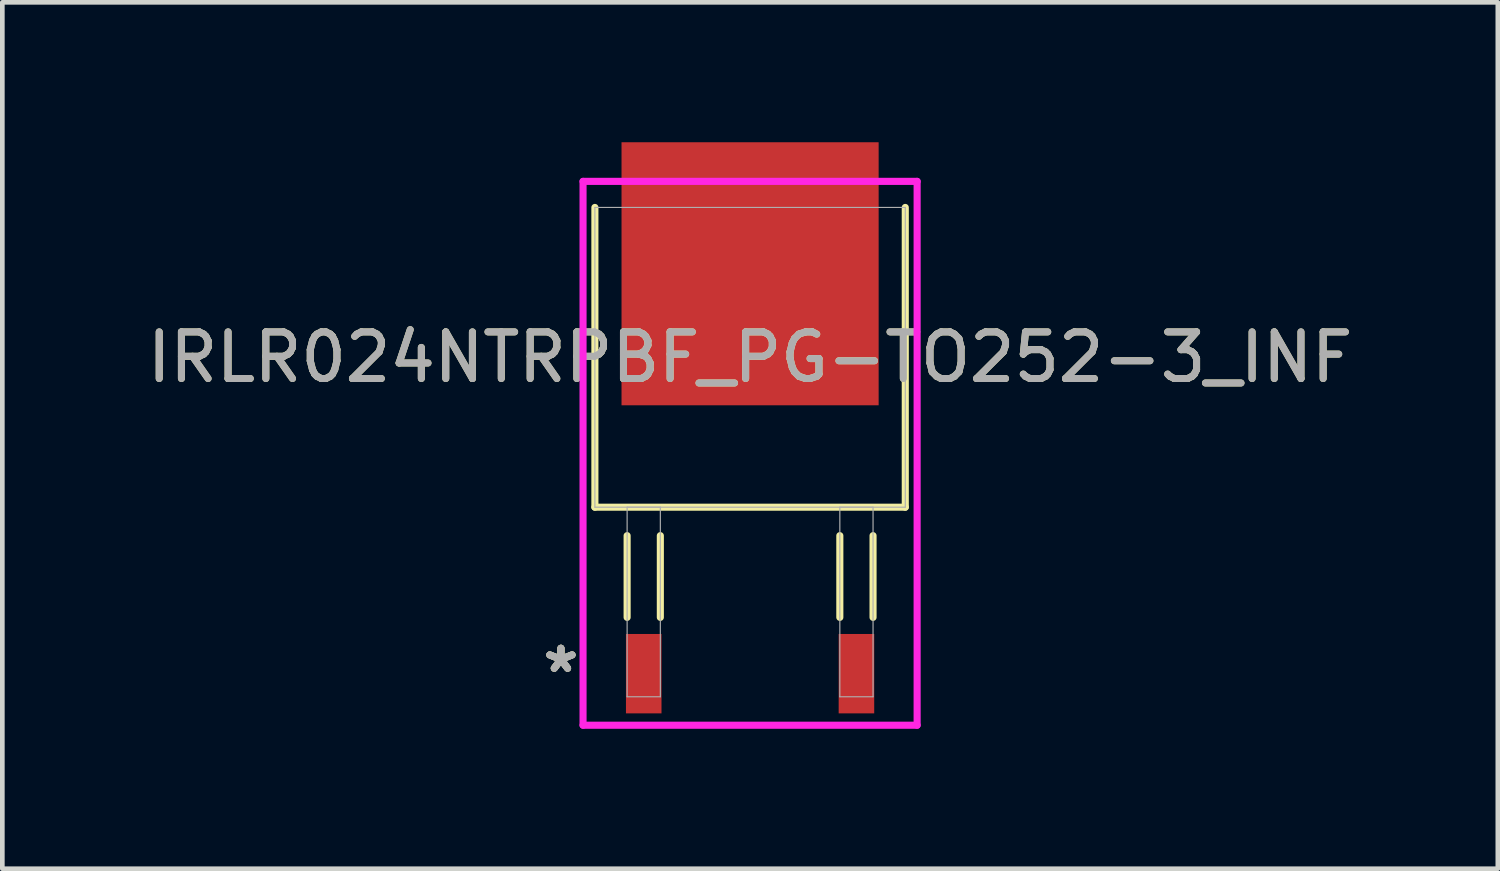
<source format=kicad_pcb>
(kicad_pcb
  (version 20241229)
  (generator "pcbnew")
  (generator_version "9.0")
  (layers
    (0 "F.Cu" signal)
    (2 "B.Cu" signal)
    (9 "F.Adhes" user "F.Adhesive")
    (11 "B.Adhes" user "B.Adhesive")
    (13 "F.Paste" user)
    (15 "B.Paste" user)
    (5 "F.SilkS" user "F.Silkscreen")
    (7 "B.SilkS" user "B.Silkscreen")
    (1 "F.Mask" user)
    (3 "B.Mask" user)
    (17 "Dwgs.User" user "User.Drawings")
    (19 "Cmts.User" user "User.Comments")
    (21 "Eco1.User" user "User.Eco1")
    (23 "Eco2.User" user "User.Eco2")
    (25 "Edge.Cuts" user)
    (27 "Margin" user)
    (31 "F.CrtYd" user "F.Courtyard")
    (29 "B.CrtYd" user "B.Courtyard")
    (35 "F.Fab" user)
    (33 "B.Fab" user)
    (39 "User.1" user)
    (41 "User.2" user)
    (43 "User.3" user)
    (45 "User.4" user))
  (footprint "IRLR024NTRPBF_PG-TO252-3_INF"
    (layer "F.Cu")
    (at 13.03 4.61)
    (property "Reference" "IRLR024NTRPBF_PG-TO252-3_INF" (at 0 0 0) (unlocked yes) (layer "F.SilkS") (effects (font (size 1 1) (thickness 0.15))))
    (attr smd)
    (fp_line (start -3.327 -3.213) (end -3.327 3.213) (stroke (width 0.152) (type solid)) (layer "F.SilkS"))
    (fp_line (start -3.327 3.213) (end 3.327 3.213) (stroke (width 0.152) (type solid)) (layer "F.SilkS"))
    (fp_line (start -2.636 3.823) (end -2.636 5.575) (stroke (width 0.152) (type solid)) (layer "F.SilkS"))
    (fp_line (start -1.924 3.823) (end -1.924 5.575) (stroke (width 0.152) (type solid)) (layer "F.SilkS"))
    (fp_line (start 1.924 3.823) (end 1.924 5.575) (stroke (width 0.152) (type solid)) (layer "F.SilkS"))
    (fp_line (start 2.636 3.823) (end 2.636 5.575) (stroke (width 0.152) (type solid)) (layer "F.SilkS"))
    (fp_line (start 3.327 3.213) (end 3.327 -3.213) (stroke (width 0.152) (type solid)) (layer "F.SilkS"))
    (fp_line (start -3.581 -3.772) (end 3.581 -3.772) (stroke (width 0.152) (type solid)) (layer "F.CrtYd"))
    (fp_line (start -3.581 7.887) (end -3.581 -3.772) (stroke (width 0.152) (type solid)) (layer "F.CrtYd"))
    (fp_line (start 3.581 -3.772) (end 3.581 7.887) (stroke (width 0.152) (type solid)) (layer "F.CrtYd"))
    (fp_line (start 3.581 7.887) (end -3.581 7.887) (stroke (width 0.152) (type solid)) (layer "F.CrtYd"))
    (fp_line (start -3.327 -3.213) (end -3.327 3.213) (stroke (width 0.025) (type solid)) (layer "F.Fab"))
    (fp_line (start -3.327 3.213) (end 3.327 3.213) (stroke (width 0.025) (type solid)) (layer "F.Fab"))
    (fp_line (start -2.636 3.213) (end -2.636 7.277) (stroke (width 0.025) (type solid)) (layer "F.Fab"))
    (fp_line (start -2.636 7.277) (end -1.924 7.277) (stroke (width 0.025) (type solid)) (layer "F.Fab"))
    (fp_line (start -1.924 3.213) (end -2.636 3.213) (stroke (width 0.025) (type solid)) (layer "F.Fab"))
    (fp_line (start -1.924 7.277) (end -1.924 3.213) (stroke (width 0.025) (type solid)) (layer "F.Fab"))
    (fp_line (start 1.924 3.213) (end 1.924 7.277) (stroke (width 0.025) (type solid)) (layer "F.Fab"))
    (fp_line (start 1.924 7.277) (end 2.636 7.277) (stroke (width 0.025) (type solid)) (layer "F.Fab"))
    (fp_line (start 2.636 3.213) (end 1.924 3.213) (stroke (width 0.025) (type solid)) (layer "F.Fab"))
    (fp_line (start 2.636 7.277) (end 2.636 3.213) (stroke (width 0.025) (type solid)) (layer "F.Fab"))
    (fp_line (start 3.327 -3.213) (end -3.327 -3.213) (stroke (width 0.025) (type solid)) (layer "F.Fab"))
    (fp_line (start 3.327 3.213) (end 3.327 -3.213) (stroke (width 0.025) (type solid)) (layer "F.Fab"))
    (fp_text user "*" (at -4.055 6.782 0) (unlocked yes) (layer "F.SilkS") (effects (font (size 1 1) (thickness 0.15))))
    (fp_text user "*" (at -4.055 6.782 0) (layer "F.SilkS") (effects (font (size 1 1) (thickness 0.15))))
    (fp_text user "*" (at -4.055 6.782 0) (layer "F.Fab") (effects (font (size 1 1) (thickness 0.15))))
    (fp_text user "*" (at -4.055 6.782 0) (unlocked yes) (layer "F.Fab") (effects (font (size 1 1) (thickness 0.15))))
    (fp_text user "${REFERENCE}" (at 0 0 0) (unlocked yes) (layer "F.Fab") (effects (font (size 1 1) (thickness 0.15))))
    (pad "1" smd rect (at -2.28 6.782) (size 0.762 1.702) (layers "F.Cu" "F.Mask" "F.Paste"))
    (pad "2" smd rect (at 2.28 6.782) (size 0.762 1.702) (layers "F.Cu" "F.Mask" "F.Paste"))
    (pad "3" smd rect (at 0 -1.791) (size 5.512 5.639) (layers "F.Cu" "F.Mask" "F.Paste")))
  (gr_rect
    (start -3 -3)
    (end 29.06 15.573)
    (stroke (width 0.1) (type default))
    (fill no)
    (layer "Edge.Cuts")))
</source>
